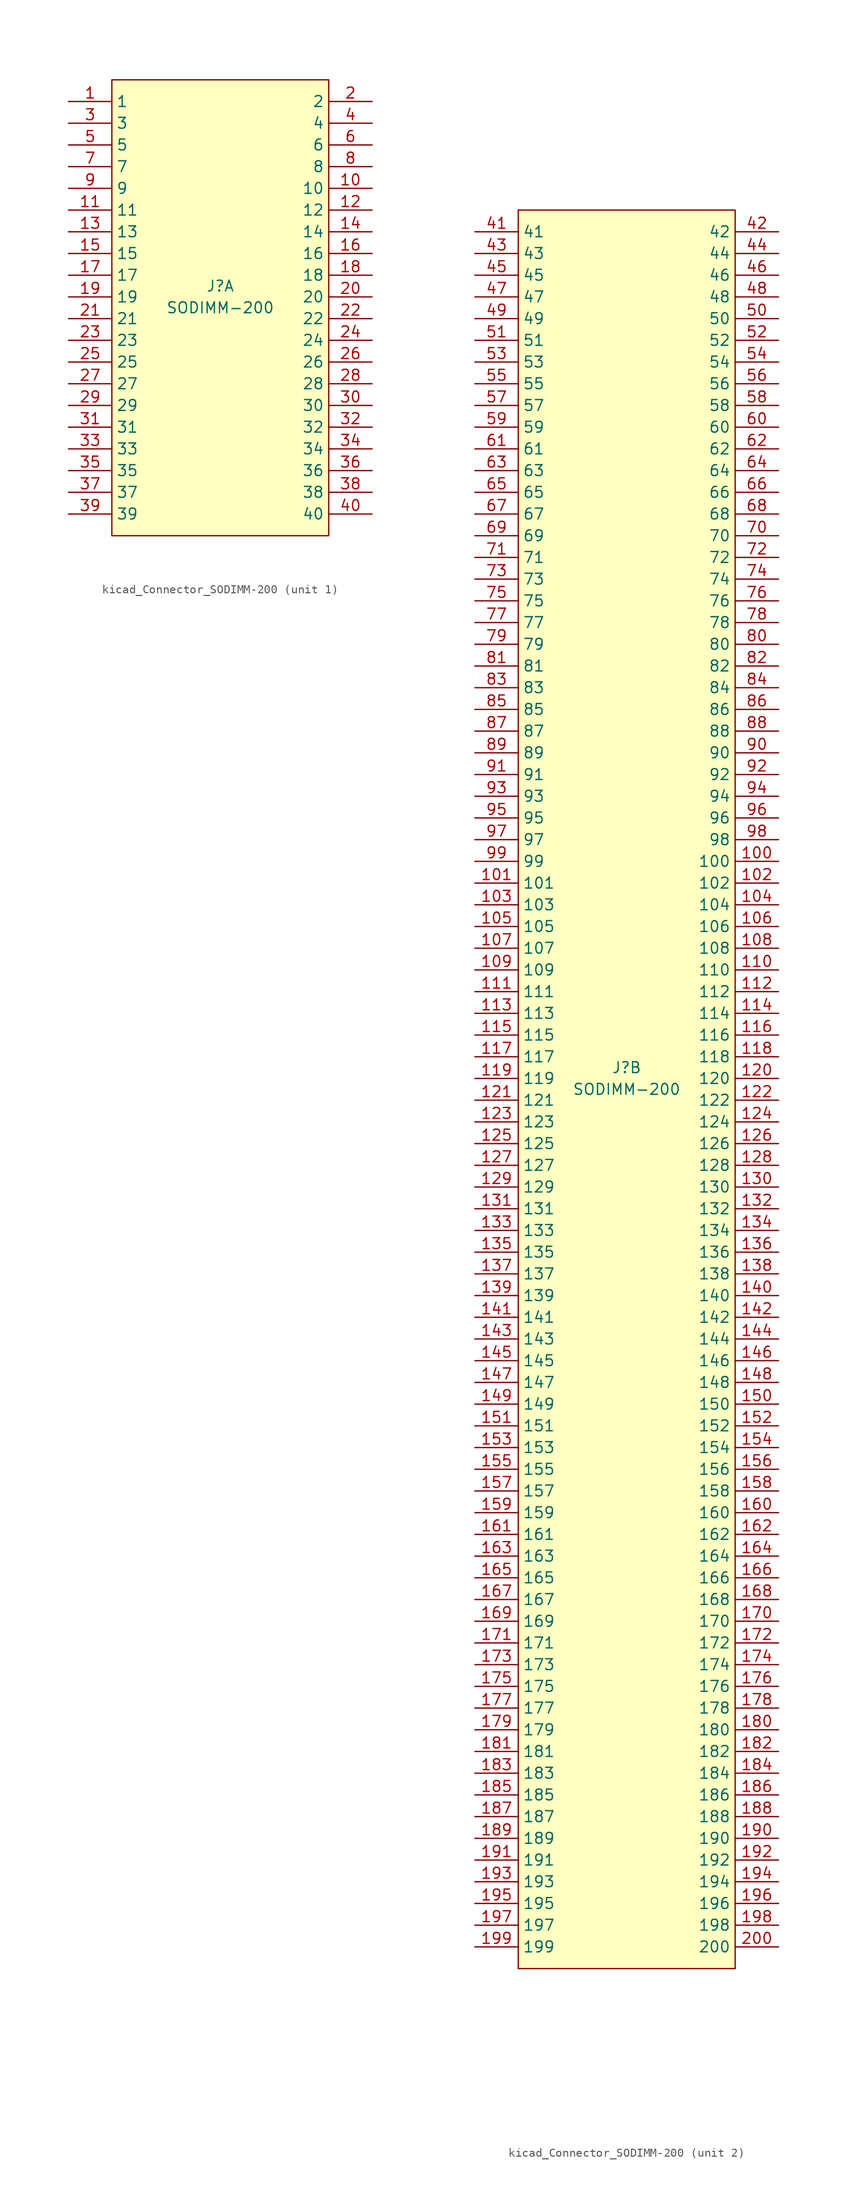
<source format=kicad_sym>
(kicad_symbol_lib
  (version 20220914)
  (generator kicad_symbol_editor)
  (symbol "kicad_Connector_SODIMM-200"
    (property "Reference" "J"
      (at 0 1.27 0)
      (effects (font (size 1.27 1.27))))
    (property "Value" "SODIMM-200"
      (at 0 -1.27 0)
      (effects (font (size 1.27 1.27))))
    (property "ki_locked" ""
      (at 0 0 0)
      (effects (font (size 1.27 1.27))))
    (symbol "kicad_Connector_SODIMM-200_1_1"
      (rectangle (start -12.7 25.4) (end 12.7 -27.94) (stroke (width 0) (type default)) (fill (type background)))
      (pin passive line (at -17.78 22.86 0) (length 5.08) (name "1" (effects (font (size 1.27 1.27)))) (number "1" (effects (font (size 1.27 1.27)))))
      (pin passive line (at 17.78 12.7 180) (length 5.08) (name "10" (effects (font (size 1.27 1.27)))) (number "10" (effects (font (size 1.27 1.27)))))
      (pin passive line (at -17.78 10.16 0) (length 5.08) (name "11" (effects (font (size 1.27 1.27)))) (number "11" (effects (font (size 1.27 1.27)))))
      (pin passive line (at 17.78 10.16 180) (length 5.08) (name "12" (effects (font (size 1.27 1.27)))) (number "12" (effects (font (size 1.27 1.27)))))
      (pin passive line (at -17.78 7.62 0) (length 5.08) (name "13" (effects (font (size 1.27 1.27)))) (number "13" (effects (font (size 1.27 1.27)))))
      (pin passive line (at 17.78 7.62 180) (length 5.08) (name "14" (effects (font (size 1.27 1.27)))) (number "14" (effects (font (size 1.27 1.27)))))
      (pin passive line (at -17.78 5.08 0) (length 5.08) (name "15" (effects (font (size 1.27 1.27)))) (number "15" (effects (font (size 1.27 1.27)))))
      (pin passive line (at 17.78 5.08 180) (length 5.08) (name "16" (effects (font (size 1.27 1.27)))) (number "16" (effects (font (size 1.27 1.27)))))
      (pin passive line (at -17.78 2.54 0) (length 5.08) (name "17" (effects (font (size 1.27 1.27)))) (number "17" (effects (font (size 1.27 1.27)))))
      (pin passive line (at 17.78 2.54 180) (length 5.08) (name "18" (effects (font (size 1.27 1.27)))) (number "18" (effects (font (size 1.27 1.27)))))
      (pin passive line (at -17.78 0 0) (length 5.08) (name "19" (effects (font (size 1.27 1.27)))) (number "19" (effects (font (size 1.27 1.27)))))
      (pin passive line (at 17.78 22.86 180) (length 5.08) (name "2" (effects (font (size 1.27 1.27)))) (number "2" (effects (font (size 1.27 1.27)))))
      (pin passive line (at 17.78 0 180) (length 5.08) (name "20" (effects (font (size 1.27 1.27)))) (number "20" (effects (font (size 1.27 1.27)))))
      (pin passive line (at -17.78 -2.54 0) (length 5.08) (name "21" (effects (font (size 1.27 1.27)))) (number "21" (effects (font (size 1.27 1.27)))))
      (pin passive line (at 17.78 -2.54 180) (length 5.08) (name "22" (effects (font (size 1.27 1.27)))) (number "22" (effects (font (size 1.27 1.27)))))
      (pin passive line (at -17.78 -5.08 0) (length 5.08) (name "23" (effects (font (size 1.27 1.27)))) (number "23" (effects (font (size 1.27 1.27)))))
      (pin passive line (at 17.78 -5.08 180) (length 5.08) (name "24" (effects (font (size 1.27 1.27)))) (number "24" (effects (font (size 1.27 1.27)))))
      (pin passive line (at -17.78 -7.62 0) (length 5.08) (name "25" (effects (font (size 1.27 1.27)))) (number "25" (effects (font (size 1.27 1.27)))))
      (pin passive line (at 17.78 -7.62 180) (length 5.08) (name "26" (effects (font (size 1.27 1.27)))) (number "26" (effects (font (size 1.27 1.27)))))
      (pin passive line (at -17.78 -10.16 0) (length 5.08) (name "27" (effects (font (size 1.27 1.27)))) (number "27" (effects (font (size 1.27 1.27)))))
      (pin passive line (at 17.78 -10.16 180) (length 5.08) (name "28" (effects (font (size 1.27 1.27)))) (number "28" (effects (font (size 1.27 1.27)))))
      (pin passive line (at -17.78 -12.7 0) (length 5.08) (name "29" (effects (font (size 1.27 1.27)))) (number "29" (effects (font (size 1.27 1.27)))))
      (pin passive line (at -17.78 20.32 0) (length 5.08) (name "3" (effects (font (size 1.27 1.27)))) (number "3" (effects (font (size 1.27 1.27)))))
      (pin passive line (at 17.78 -12.7 180) (length 5.08) (name "30" (effects (font (size 1.27 1.27)))) (number "30" (effects (font (size 1.27 1.27)))))
      (pin passive line (at -17.78 -15.24 0) (length 5.08) (name "31" (effects (font (size 1.27 1.27)))) (number "31" (effects (font (size 1.27 1.27)))))
      (pin passive line (at 17.78 -15.24 180) (length 5.08) (name "32" (effects (font (size 1.27 1.27)))) (number "32" (effects (font (size 1.27 1.27)))))
      (pin passive line (at -17.78 -17.78 0) (length 5.08) (name "33" (effects (font (size 1.27 1.27)))) (number "33" (effects (font (size 1.27 1.27)))))
      (pin passive line (at 17.78 -17.78 180) (length 5.08) (name "34" (effects (font (size 1.27 1.27)))) (number "34" (effects (font (size 1.27 1.27)))))
      (pin passive line (at -17.78 -20.32 0) (length 5.08) (name "35" (effects (font (size 1.27 1.27)))) (number "35" (effects (font (size 1.27 1.27)))))
      (pin passive line (at 17.78 -20.32 180) (length 5.08) (name "36" (effects (font (size 1.27 1.27)))) (number "36" (effects (font (size 1.27 1.27)))))
      (pin passive line (at -17.78 -22.86 0) (length 5.08) (name "37" (effects (font (size 1.27 1.27)))) (number "37" (effects (font (size 1.27 1.27)))))
      (pin passive line (at 17.78 -22.86 180) (length 5.08) (name "38" (effects (font (size 1.27 1.27)))) (number "38" (effects (font (size 1.27 1.27)))))
      (pin passive line (at -17.78 -25.4 0) (length 5.08) (name "39" (effects (font (size 1.27 1.27)))) (number "39" (effects (font (size 1.27 1.27)))))
      (pin passive line (at 17.78 20.32 180) (length 5.08) (name "4" (effects (font (size 1.27 1.27)))) (number "4" (effects (font (size 1.27 1.27)))))
      (pin passive line (at 17.78 -25.4 180) (length 5.08) (name "40" (effects (font (size 1.27 1.27)))) (number "40" (effects (font (size 1.27 1.27)))))
      (pin passive line (at -17.78 17.78 0) (length 5.08) (name "5" (effects (font (size 1.27 1.27)))) (number "5" (effects (font (size 1.27 1.27)))))
      (pin passive line (at 17.78 17.78 180) (length 5.08) (name "6" (effects (font (size 1.27 1.27)))) (number "6" (effects (font (size 1.27 1.27)))))
      (pin passive line (at -17.78 15.24 0) (length 5.08) (name "7" (effects (font (size 1.27 1.27)))) (number "7" (effects (font (size 1.27 1.27)))))
      (pin passive line (at 17.78 15.24 180) (length 5.08) (name "8" (effects (font (size 1.27 1.27)))) (number "8" (effects (font (size 1.27 1.27)))))
      (pin passive line (at -17.78 12.7 0) (length 5.08) (name "9" (effects (font (size 1.27 1.27)))) (number "9" (effects (font (size 1.27 1.27))))))
    (symbol "kicad_Connector_SODIMM-200_2_1"
      (rectangle (start -12.7 -104.14) (end 12.7 101.6) (stroke (width 0) (type default)) (fill (type background)))
      (pin passive line (at 17.78 25.4 180) (length 5.08) (name "100" (effects (font (size 1.27 1.27)))) (number "100" (effects (font (size 1.27 1.27)))))
      (pin passive line (at -17.78 22.86 0) (length 5.08) (name "101" (effects (font (size 1.27 1.27)))) (number "101" (effects (font (size 1.27 1.27)))))
      (pin passive line (at 17.78 22.86 180) (length 5.08) (name "102" (effects (font (size 1.27 1.27)))) (number "102" (effects (font (size 1.27 1.27)))))
      (pin passive line (at -17.78 20.32 0) (length 5.08) (name "103" (effects (font (size 1.27 1.27)))) (number "103" (effects (font (size 1.27 1.27)))))
      (pin passive line (at 17.78 20.32 180) (length 5.08) (name "104" (effects (font (size 1.27 1.27)))) (number "104" (effects (font (size 1.27 1.27)))))
      (pin passive line (at -17.78 17.78 0) (length 5.08) (name "105" (effects (font (size 1.27 1.27)))) (number "105" (effects (font (size 1.27 1.27)))))
      (pin passive line (at 17.78 17.78 180) (length 5.08) (name "106" (effects (font (size 1.27 1.27)))) (number "106" (effects (font (size 1.27 1.27)))))
      (pin passive line (at -17.78 15.24 0) (length 5.08) (name "107" (effects (font (size 1.27 1.27)))) (number "107" (effects (font (size 1.27 1.27)))))
      (pin passive line (at 17.78 15.24 180) (length 5.08) (name "108" (effects (font (size 1.27 1.27)))) (number "108" (effects (font (size 1.27 1.27)))))
      (pin passive line (at -17.78 12.7 0) (length 5.08) (name "109" (effects (font (size 1.27 1.27)))) (number "109" (effects (font (size 1.27 1.27)))))
      (pin passive line (at 17.78 12.7 180) (length 5.08) (name "110" (effects (font (size 1.27 1.27)))) (number "110" (effects (font (size 1.27 1.27)))))
      (pin passive line (at -17.78 10.16 0) (length 5.08) (name "111" (effects (font (size 1.27 1.27)))) (number "111" (effects (font (size 1.27 1.27)))))
      (pin passive line (at 17.78 10.16 180) (length 5.08) (name "112" (effects (font (size 1.27 1.27)))) (number "112" (effects (font (size 1.27 1.27)))))
      (pin passive line (at -17.78 7.62 0) (length 5.08) (name "113" (effects (font (size 1.27 1.27)))) (number "113" (effects (font (size 1.27 1.27)))))
      (pin passive line (at 17.78 7.62 180) (length 5.08) (name "114" (effects (font (size 1.27 1.27)))) (number "114" (effects (font (size 1.27 1.27)))))
      (pin passive line (at -17.78 5.08 0) (length 5.08) (name "115" (effects (font (size 1.27 1.27)))) (number "115" (effects (font (size 1.27 1.27)))))
      (pin passive line (at 17.78 5.08 180) (length 5.08) (name "116" (effects (font (size 1.27 1.27)))) (number "116" (effects (font (size 1.27 1.27)))))
      (pin passive line (at -17.78 2.54 0) (length 5.08) (name "117" (effects (font (size 1.27 1.27)))) (number "117" (effects (font (size 1.27 1.27)))))
      (pin passive line (at 17.78 2.54 180) (length 5.08) (name "118" (effects (font (size 1.27 1.27)))) (number "118" (effects (font (size 1.27 1.27)))))
      (pin passive line (at -17.78 0 0) (length 5.08) (name "119" (effects (font (size 1.27 1.27)))) (number "119" (effects (font (size 1.27 1.27)))))
      (pin passive line (at 17.78 0 180) (length 5.08) (name "120" (effects (font (size 1.27 1.27)))) (number "120" (effects (font (size 1.27 1.27)))))
      (pin passive line (at -17.78 -2.54 0) (length 5.08) (name "121" (effects (font (size 1.27 1.27)))) (number "121" (effects (font (size 1.27 1.27)))))
      (pin passive line (at 17.78 -2.54 180) (length 5.08) (name "122" (effects (font (size 1.27 1.27)))) (number "122" (effects (font (size 1.27 1.27)))))
      (pin passive line (at -17.78 -5.08 0) (length 5.08) (name "123" (effects (font (size 1.27 1.27)))) (number "123" (effects (font (size 1.27 1.27)))))
      (pin passive line (at 17.78 -5.08 180) (length 5.08) (name "124" (effects (font (size 1.27 1.27)))) (number "124" (effects (font (size 1.27 1.27)))))
      (pin passive line (at -17.78 -7.62 0) (length 5.08) (name "125" (effects (font (size 1.27 1.27)))) (number "125" (effects (font (size 1.27 1.27)))))
      (pin passive line (at 17.78 -7.62 180) (length 5.08) (name "126" (effects (font (size 1.27 1.27)))) (number "126" (effects (font (size 1.27 1.27)))))
      (pin passive line (at -17.78 -10.16 0) (length 5.08) (name "127" (effects (font (size 1.27 1.27)))) (number "127" (effects (font (size 1.27 1.27)))))
      (pin passive line (at 17.78 -10.16 180) (length 5.08) (name "128" (effects (font (size 1.27 1.27)))) (number "128" (effects (font (size 1.27 1.27)))))
      (pin passive line (at -17.78 -12.7 0) (length 5.08) (name "129" (effects (font (size 1.27 1.27)))) (number "129" (effects (font (size 1.27 1.27)))))
      (pin passive line (at 17.78 -12.7 180) (length 5.08) (name "130" (effects (font (size 1.27 1.27)))) (number "130" (effects (font (size 1.27 1.27)))))
      (pin passive line (at -17.78 -15.24 0) (length 5.08) (name "131" (effects (font (size 1.27 1.27)))) (number "131" (effects (font (size 1.27 1.27)))))
      (pin passive line (at 17.78 -15.24 180) (length 5.08) (name "132" (effects (font (size 1.27 1.27)))) (number "132" (effects (font (size 1.27 1.27)))))
      (pin passive line (at -17.78 -17.78 0) (length 5.08) (name "133" (effects (font (size 1.27 1.27)))) (number "133" (effects (font (size 1.27 1.27)))))
      (pin passive line (at 17.78 -17.78 180) (length 5.08) (name "134" (effects (font (size 1.27 1.27)))) (number "134" (effects (font (size 1.27 1.27)))))
      (pin passive line (at -17.78 -20.32 0) (length 5.08) (name "135" (effects (font (size 1.27 1.27)))) (number "135" (effects (font (size 1.27 1.27)))))
      (pin passive line (at 17.78 -20.32 180) (length 5.08) (name "136" (effects (font (size 1.27 1.27)))) (number "136" (effects (font (size 1.27 1.27)))))
      (pin passive line (at -17.78 -22.86 0) (length 5.08) (name "137" (effects (font (size 1.27 1.27)))) (number "137" (effects (font (size 1.27 1.27)))))
      (pin passive line (at 17.78 -22.86 180) (length 5.08) (name "138" (effects (font (size 1.27 1.27)))) (number "138" (effects (font (size 1.27 1.27)))))
      (pin passive line (at -17.78 -25.4 0) (length 5.08) (name "139" (effects (font (size 1.27 1.27)))) (number "139" (effects (font (size 1.27 1.27)))))
      (pin passive line (at 17.78 -25.4 180) (length 5.08) (name "140" (effects (font (size 1.27 1.27)))) (number "140" (effects (font (size 1.27 1.27)))))
      (pin passive line (at -17.78 -27.94 0) (length 5.08) (name "141" (effects (font (size 1.27 1.27)))) (number "141" (effects (font (size 1.27 1.27)))))
      (pin passive line (at 17.78 -27.94 180) (length 5.08) (name "142" (effects (font (size 1.27 1.27)))) (number "142" (effects (font (size 1.27 1.27)))))
      (pin passive line (at -17.78 -30.48 0) (length 5.08) (name "143" (effects (font (size 1.27 1.27)))) (number "143" (effects (font (size 1.27 1.27)))))
      (pin passive line (at 17.78 -30.48 180) (length 5.08) (name "144" (effects (font (size 1.27 1.27)))) (number "144" (effects (font (size 1.27 1.27)))))
      (pin passive line (at -17.78 -33.02 0) (length 5.08) (name "145" (effects (font (size 1.27 1.27)))) (number "145" (effects (font (size 1.27 1.27)))))
      (pin passive line (at 17.78 -33.02 180) (length 5.08) (name "146" (effects (font (size 1.27 1.27)))) (number "146" (effects (font (size 1.27 1.27)))))
      (pin passive line (at -17.78 -35.56 0) (length 5.08) (name "147" (effects (font (size 1.27 1.27)))) (number "147" (effects (font (size 1.27 1.27)))))
      (pin passive line (at 17.78 -35.56 180) (length 5.08) (name "148" (effects (font (size 1.27 1.27)))) (number "148" (effects (font (size 1.27 1.27)))))
      (pin passive line (at -17.78 -38.1 0) (length 5.08) (name "149" (effects (font (size 1.27 1.27)))) (number "149" (effects (font (size 1.27 1.27)))))
      (pin passive line (at 17.78 -38.1 180) (length 5.08) (name "150" (effects (font (size 1.27 1.27)))) (number "150" (effects (font (size 1.27 1.27)))))
      (pin passive line (at -17.78 -40.64 0) (length 5.08) (name "151" (effects (font (size 1.27 1.27)))) (number "151" (effects (font (size 1.27 1.27)))))
      (pin passive line (at 17.78 -40.64 180) (length 5.08) (name "152" (effects (font (size 1.27 1.27)))) (number "152" (effects (font (size 1.27 1.27)))))
      (pin passive line (at -17.78 -43.18 0) (length 5.08) (name "153" (effects (font (size 1.27 1.27)))) (number "153" (effects (font (size 1.27 1.27)))))
      (pin passive line (at 17.78 -43.18 180) (length 5.08) (name "154" (effects (font (size 1.27 1.27)))) (number "154" (effects (font (size 1.27 1.27)))))
      (pin passive line (at -17.78 -45.72 0) (length 5.08) (name "155" (effects (font (size 1.27 1.27)))) (number "155" (effects (font (size 1.27 1.27)))))
      (pin passive line (at 17.78 -45.72 180) (length 5.08) (name "156" (effects (font (size 1.27 1.27)))) (number "156" (effects (font (size 1.27 1.27)))))
      (pin passive line (at -17.78 -48.26 0) (length 5.08) (name "157" (effects (font (size 1.27 1.27)))) (number "157" (effects (font (size 1.27 1.27)))))
      (pin passive line (at 17.78 -48.26 180) (length 5.08) (name "158" (effects (font (size 1.27 1.27)))) (number "158" (effects (font (size 1.27 1.27)))))
      (pin passive line (at -17.78 -50.8 0) (length 5.08) (name "159" (effects (font (size 1.27 1.27)))) (number "159" (effects (font (size 1.27 1.27)))))
      (pin passive line (at 17.78 -50.8 180) (length 5.08) (name "160" (effects (font (size 1.27 1.27)))) (number "160" (effects (font (size 1.27 1.27)))))
      (pin passive line (at -17.78 -53.34 0) (length 5.08) (name "161" (effects (font (size 1.27 1.27)))) (number "161" (effects (font (size 1.27 1.27)))))
      (pin passive line (at 17.78 -53.34 180) (length 5.08) (name "162" (effects (font (size 1.27 1.27)))) (number "162" (effects (font (size 1.27 1.27)))))
      (pin passive line (at -17.78 -55.88 0) (length 5.08) (name "163" (effects (font (size 1.27 1.27)))) (number "163" (effects (font (size 1.27 1.27)))))
      (pin passive line (at 17.78 -55.88 180) (length 5.08) (name "164" (effects (font (size 1.27 1.27)))) (number "164" (effects (font (size 1.27 1.27)))))
      (pin passive line (at -17.78 -58.42 0) (length 5.08) (name "165" (effects (font (size 1.27 1.27)))) (number "165" (effects (font (size 1.27 1.27)))))
      (pin passive line (at 17.78 -58.42 180) (length 5.08) (name "166" (effects (font (size 1.27 1.27)))) (number "166" (effects (font (size 1.27 1.27)))))
      (pin passive line (at -17.78 -60.96 0) (length 5.08) (name "167" (effects (font (size 1.27 1.27)))) (number "167" (effects (font (size 1.27 1.27)))))
      (pin passive line (at 17.78 -60.96 180) (length 5.08) (name "168" (effects (font (size 1.27 1.27)))) (number "168" (effects (font (size 1.27 1.27)))))
      (pin passive line (at -17.78 -63.5 0) (length 5.08) (name "169" (effects (font (size 1.27 1.27)))) (number "169" (effects (font (size 1.27 1.27)))))
      (pin passive line (at 17.78 -63.5 180) (length 5.08) (name "170" (effects (font (size 1.27 1.27)))) (number "170" (effects (font (size 1.27 1.27)))))
      (pin passive line (at -17.78 -66.04 0) (length 5.08) (name "171" (effects (font (size 1.27 1.27)))) (number "171" (effects (font (size 1.27 1.27)))))
      (pin passive line (at 17.78 -66.04 180) (length 5.08) (name "172" (effects (font (size 1.27 1.27)))) (number "172" (effects (font (size 1.27 1.27)))))
      (pin passive line (at -17.78 -68.58 0) (length 5.08) (name "173" (effects (font (size 1.27 1.27)))) (number "173" (effects (font (size 1.27 1.27)))))
      (pin passive line (at 17.78 -68.58 180) (length 5.08) (name "174" (effects (font (size 1.27 1.27)))) (number "174" (effects (font (size 1.27 1.27)))))
      (pin passive line (at -17.78 -71.12 0) (length 5.08) (name "175" (effects (font (size 1.27 1.27)))) (number "175" (effects (font (size 1.27 1.27)))))
      (pin passive line (at 17.78 -71.12 180) (length 5.08) (name "176" (effects (font (size 1.27 1.27)))) (number "176" (effects (font (size 1.27 1.27)))))
      (pin passive line (at -17.78 -73.66 0) (length 5.08) (name "177" (effects (font (size 1.27 1.27)))) (number "177" (effects (font (size 1.27 1.27)))))
      (pin passive line (at 17.78 -73.66 180) (length 5.08) (name "178" (effects (font (size 1.27 1.27)))) (number "178" (effects (font (size 1.27 1.27)))))
      (pin passive line (at -17.78 -76.2 0) (length 5.08) (name "179" (effects (font (size 1.27 1.27)))) (number "179" (effects (font (size 1.27 1.27)))))
      (pin passive line (at 17.78 -76.2 180) (length 5.08) (name "180" (effects (font (size 1.27 1.27)))) (number "180" (effects (font (size 1.27 1.27)))))
      (pin passive line (at -17.78 -78.74 0) (length 5.08) (name "181" (effects (font (size 1.27 1.27)))) (number "181" (effects (font (size 1.27 1.27)))))
      (pin passive line (at 17.78 -78.74 180) (length 5.08) (name "182" (effects (font (size 1.27 1.27)))) (number "182" (effects (font (size 1.27 1.27)))))
      (pin passive line (at -17.78 -81.28 0) (length 5.08) (name "183" (effects (font (size 1.27 1.27)))) (number "183" (effects (font (size 1.27 1.27)))))
      (pin passive line (at 17.78 -81.28 180) (length 5.08) (name "184" (effects (font (size 1.27 1.27)))) (number "184" (effects (font (size 1.27 1.27)))))
      (pin passive line (at -17.78 -83.82 0) (length 5.08) (name "185" (effects (font (size 1.27 1.27)))) (number "185" (effects (font (size 1.27 1.27)))))
      (pin passive line (at 17.78 -83.82 180) (length 5.08) (name "186" (effects (font (size 1.27 1.27)))) (number "186" (effects (font (size 1.27 1.27)))))
      (pin passive line (at -17.78 -86.36 0) (length 5.08) (name "187" (effects (font (size 1.27 1.27)))) (number "187" (effects (font (size 1.27 1.27)))))
      (pin passive line (at 17.78 -86.36 180) (length 5.08) (name "188" (effects (font (size 1.27 1.27)))) (number "188" (effects (font (size 1.27 1.27)))))
      (pin passive line (at -17.78 -88.9 0) (length 5.08) (name "189" (effects (font (size 1.27 1.27)))) (number "189" (effects (font (size 1.27 1.27)))))
      (pin passive line (at 17.78 -88.9 180) (length 5.08) (name "190" (effects (font (size 1.27 1.27)))) (number "190" (effects (font (size 1.27 1.27)))))
      (pin passive line (at -17.78 -91.44 0) (length 5.08) (name "191" (effects (font (size 1.27 1.27)))) (number "191" (effects (font (size 1.27 1.27)))))
      (pin passive line (at 17.78 -91.44 180) (length 5.08) (name "192" (effects (font (size 1.27 1.27)))) (number "192" (effects (font (size 1.27 1.27)))))
      (pin passive line (at -17.78 -93.98 0) (length 5.08) (name "193" (effects (font (size 1.27 1.27)))) (number "193" (effects (font (size 1.27 1.27)))))
      (pin passive line (at 17.78 -93.98 180) (length 5.08) (name "194" (effects (font (size 1.27 1.27)))) (number "194" (effects (font (size 1.27 1.27)))))
      (pin passive line (at -17.78 -96.52 0) (length 5.08) (name "195" (effects (font (size 1.27 1.27)))) (number "195" (effects (font (size 1.27 1.27)))))
      (pin passive line (at 17.78 -96.52 180) (length 5.08) (name "196" (effects (font (size 1.27 1.27)))) (number "196" (effects (font (size 1.27 1.27)))))
      (pin passive line (at -17.78 -99.06 0) (length 5.08) (name "197" (effects (font (size 1.27 1.27)))) (number "197" (effects (font (size 1.27 1.27)))))
      (pin passive line (at 17.78 -99.06 180) (length 5.08) (name "198" (effects (font (size 1.27 1.27)))) (number "198" (effects (font (size 1.27 1.27)))))
      (pin passive line (at -17.78 -101.6 0) (length 5.08) (name "199" (effects (font (size 1.27 1.27)))) (number "199" (effects (font (size 1.27 1.27)))))
      (pin passive line (at 17.78 -101.6 180) (length 5.08) (name "200" (effects (font (size 1.27 1.27)))) (number "200" (effects (font (size 1.27 1.27)))))
      (pin passive line (at -17.78 99.06 0) (length 5.08) (name "41" (effects (font (size 1.27 1.27)))) (number "41" (effects (font (size 1.27 1.27)))))
      (pin passive line (at 17.78 99.06 180) (length 5.08) (name "42" (effects (font (size 1.27 1.27)))) (number "42" (effects (font (size 1.27 1.27)))))
      (pin passive line (at -17.78 96.52 0) (length 5.08) (name "43" (effects (font (size 1.27 1.27)))) (number "43" (effects (font (size 1.27 1.27)))))
      (pin passive line (at 17.78 96.52 180) (length 5.08) (name "44" (effects (font (size 1.27 1.27)))) (number "44" (effects (font (size 1.27 1.27)))))
      (pin passive line (at -17.78 93.98 0) (length 5.08) (name "45" (effects (font (size 1.27 1.27)))) (number "45" (effects (font (size 1.27 1.27)))))
      (pin passive line (at 17.78 93.98 180) (length 5.08) (name "46" (effects (font (size 1.27 1.27)))) (number "46" (effects (font (size 1.27 1.27)))))
      (pin passive line (at -17.78 91.44 0) (length 5.08) (name "47" (effects (font (size 1.27 1.27)))) (number "47" (effects (font (size 1.27 1.27)))))
      (pin passive line (at 17.78 91.44 180) (length 5.08) (name "48" (effects (font (size 1.27 1.27)))) (number "48" (effects (font (size 1.27 1.27)))))
      (pin passive line (at -17.78 88.9 0) (length 5.08) (name "49" (effects (font (size 1.27 1.27)))) (number "49" (effects (font (size 1.27 1.27)))))
      (pin passive line (at 17.78 88.9 180) (length 5.08) (name "50" (effects (font (size 1.27 1.27)))) (number "50" (effects (font (size 1.27 1.27)))))
      (pin passive line (at -17.78 86.36 0) (length 5.08) (name "51" (effects (font (size 1.27 1.27)))) (number "51" (effects (font (size 1.27 1.27)))))
      (pin passive line (at 17.78 86.36 180) (length 5.08) (name "52" (effects (font (size 1.27 1.27)))) (number "52" (effects (font (size 1.27 1.27)))))
      (pin passive line (at -17.78 83.82 0) (length 5.08) (name "53" (effects (font (size 1.27 1.27)))) (number "53" (effects (font (size 1.27 1.27)))))
      (pin passive line (at 17.78 83.82 180) (length 5.08) (name "54" (effects (font (size 1.27 1.27)))) (number "54" (effects (font (size 1.27 1.27)))))
      (pin passive line (at -17.78 81.28 0) (length 5.08) (name "55" (effects (font (size 1.27 1.27)))) (number "55" (effects (font (size 1.27 1.27)))))
      (pin passive line (at 17.78 81.28 180) (length 5.08) (name "56" (effects (font (size 1.27 1.27)))) (number "56" (effects (font (size 1.27 1.27)))))
      (pin passive line (at -17.78 78.74 0) (length 5.08) (name "57" (effects (font (size 1.27 1.27)))) (number "57" (effects (font (size 1.27 1.27)))))
      (pin passive line (at 17.78 78.74 180) (length 5.08) (name "58" (effects (font (size 1.27 1.27)))) (number "58" (effects (font (size 1.27 1.27)))))
      (pin passive line (at -17.78 76.2 0) (length 5.08) (name "59" (effects (font (size 1.27 1.27)))) (number "59" (effects (font (size 1.27 1.27)))))
      (pin passive line (at 17.78 76.2 180) (length 5.08) (name "60" (effects (font (size 1.27 1.27)))) (number "60" (effects (font (size 1.27 1.27)))))
      (pin passive line (at -17.78 73.66 0) (length 5.08) (name "61" (effects (font (size 1.27 1.27)))) (number "61" (effects (font (size 1.27 1.27)))))
      (pin passive line (at 17.78 73.66 180) (length 5.08) (name "62" (effects (font (size 1.27 1.27)))) (number "62" (effects (font (size 1.27 1.27)))))
      (pin passive line (at -17.78 71.12 0) (length 5.08) (name "63" (effects (font (size 1.27 1.27)))) (number "63" (effects (font (size 1.27 1.27)))))
      (pin passive line (at 17.78 71.12 180) (length 5.08) (name "64" (effects (font (size 1.27 1.27)))) (number "64" (effects (font (size 1.27 1.27)))))
      (pin passive line (at -17.78 68.58 0) (length 5.08) (name "65" (effects (font (size 1.27 1.27)))) (number "65" (effects (font (size 1.27 1.27)))))
      (pin passive line (at 17.78 68.58 180) (length 5.08) (name "66" (effects (font (size 1.27 1.27)))) (number "66" (effects (font (size 1.27 1.27)))))
      (pin passive line (at -17.78 66.04 0) (length 5.08) (name "67" (effects (font (size 1.27 1.27)))) (number "67" (effects (font (size 1.27 1.27)))))
      (pin passive line (at 17.78 66.04 180) (length 5.08) (name "68" (effects (font (size 1.27 1.27)))) (number "68" (effects (font (size 1.27 1.27)))))
      (pin passive line (at -17.78 63.5 0) (length 5.08) (name "69" (effects (font (size 1.27 1.27)))) (number "69" (effects (font (size 1.27 1.27)))))
      (pin passive line (at 17.78 63.5 180) (length 5.08) (name "70" (effects (font (size 1.27 1.27)))) (number "70" (effects (font (size 1.27 1.27)))))
      (pin passive line (at -17.78 60.96 0) (length 5.08) (name "71" (effects (font (size 1.27 1.27)))) (number "71" (effects (font (size 1.27 1.27)))))
      (pin passive line (at 17.78 60.96 180) (length 5.08) (name "72" (effects (font (size 1.27 1.27)))) (number "72" (effects (font (size 1.27 1.27)))))
      (pin passive line (at -17.78 58.42 0) (length 5.08) (name "73" (effects (font (size 1.27 1.27)))) (number "73" (effects (font (size 1.27 1.27)))))
      (pin passive line (at 17.78 58.42 180) (length 5.08) (name "74" (effects (font (size 1.27 1.27)))) (number "74" (effects (font (size 1.27 1.27)))))
      (pin passive line (at -17.78 55.88 0) (length 5.08) (name "75" (effects (font (size 1.27 1.27)))) (number "75" (effects (font (size 1.27 1.27)))))
      (pin passive line (at 17.78 55.88 180) (length 5.08) (name "76" (effects (font (size 1.27 1.27)))) (number "76" (effects (font (size 1.27 1.27)))))
      (pin passive line (at -17.78 53.34 0) (length 5.08) (name "77" (effects (font (size 1.27 1.27)))) (number "77" (effects (font (size 1.27 1.27)))))
      (pin passive line (at 17.78 53.34 180) (length 5.08) (name "78" (effects (font (size 1.27 1.27)))) (number "78" (effects (font (size 1.27 1.27)))))
      (pin passive line (at -17.78 50.8 0) (length 5.08) (name "79" (effects (font (size 1.27 1.27)))) (number "79" (effects (font (size 1.27 1.27)))))
      (pin passive line (at 17.78 50.8 180) (length 5.08) (name "80" (effects (font (size 1.27 1.27)))) (number "80" (effects (font (size 1.27 1.27)))))
      (pin passive line (at -17.78 48.26 0) (length 5.08) (name "81" (effects (font (size 1.27 1.27)))) (number "81" (effects (font (size 1.27 1.27)))))
      (pin passive line (at 17.78 48.26 180) (length 5.08) (name "82" (effects (font (size 1.27 1.27)))) (number "82" (effects (font (size 1.27 1.27)))))
      (pin passive line (at -17.78 45.72 0) (length 5.08) (name "83" (effects (font (size 1.27 1.27)))) (number "83" (effects (font (size 1.27 1.27)))))
      (pin passive line (at 17.78 45.72 180) (length 5.08) (name "84" (effects (font (size 1.27 1.27)))) (number "84" (effects (font (size 1.27 1.27)))))
      (pin passive line (at -17.78 43.18 0) (length 5.08) (name "85" (effects (font (size 1.27 1.27)))) (number "85" (effects (font (size 1.27 1.27)))))
      (pin passive line (at 17.78 43.18 180) (length 5.08) (name "86" (effects (font (size 1.27 1.27)))) (number "86" (effects (font (size 1.27 1.27)))))
      (pin passive line (at -17.78 40.64 0) (length 5.08) (name "87" (effects (font (size 1.27 1.27)))) (number "87" (effects (font (size 1.27 1.27)))))
      (pin passive line (at 17.78 40.64 180) (length 5.08) (name "88" (effects (font (size 1.27 1.27)))) (number "88" (effects (font (size 1.27 1.27)))))
      (pin passive line (at -17.78 38.1 0) (length 5.08) (name "89" (effects (font (size 1.27 1.27)))) (number "89" (effects (font (size 1.27 1.27)))))
      (pin passive line (at 17.78 38.1 180) (length 5.08) (name "90" (effects (font (size 1.27 1.27)))) (number "90" (effects (font (size 1.27 1.27)))))
      (pin passive line (at -17.78 35.56 0) (length 5.08) (name "91" (effects (font (size 1.27 1.27)))) (number "91" (effects (font (size 1.27 1.27)))))
      (pin passive line (at 17.78 35.56 180) (length 5.08) (name "92" (effects (font (size 1.27 1.27)))) (number "92" (effects (font (size 1.27 1.27)))))
      (pin passive line (at -17.78 33.02 0) (length 5.08) (name "93" (effects (font (size 1.27 1.27)))) (number "93" (effects (font (size 1.27 1.27)))))
      (pin passive line (at 17.78 33.02 180) (length 5.08) (name "94" (effects (font (size 1.27 1.27)))) (number "94" (effects (font (size 1.27 1.27)))))
      (pin passive line (at -17.78 30.48 0) (length 5.08) (name "95" (effects (font (size 1.27 1.27)))) (number "95" (effects (font (size 1.27 1.27)))))
      (pin passive line (at 17.78 30.48 180) (length 5.08) (name "96" (effects (font (size 1.27 1.27)))) (number "96" (effects (font (size 1.27 1.27)))))
      (pin passive line (at -17.78 27.94 0) (length 5.08) (name "97" (effects (font (size 1.27 1.27)))) (number "97" (effects (font (size 1.27 1.27)))))
      (pin passive line (at 17.78 27.94 180) (length 5.08) (name "98" (effects (font (size 1.27 1.27)))) (number "98" (effects (font (size 1.27 1.27)))))
      (pin passive line (at -17.78 25.4 0) (length 5.08) (name "99" (effects (font (size 1.27 1.27)))) (number "99" (effects (font (size 1.27 1.27))))))))
</source>
